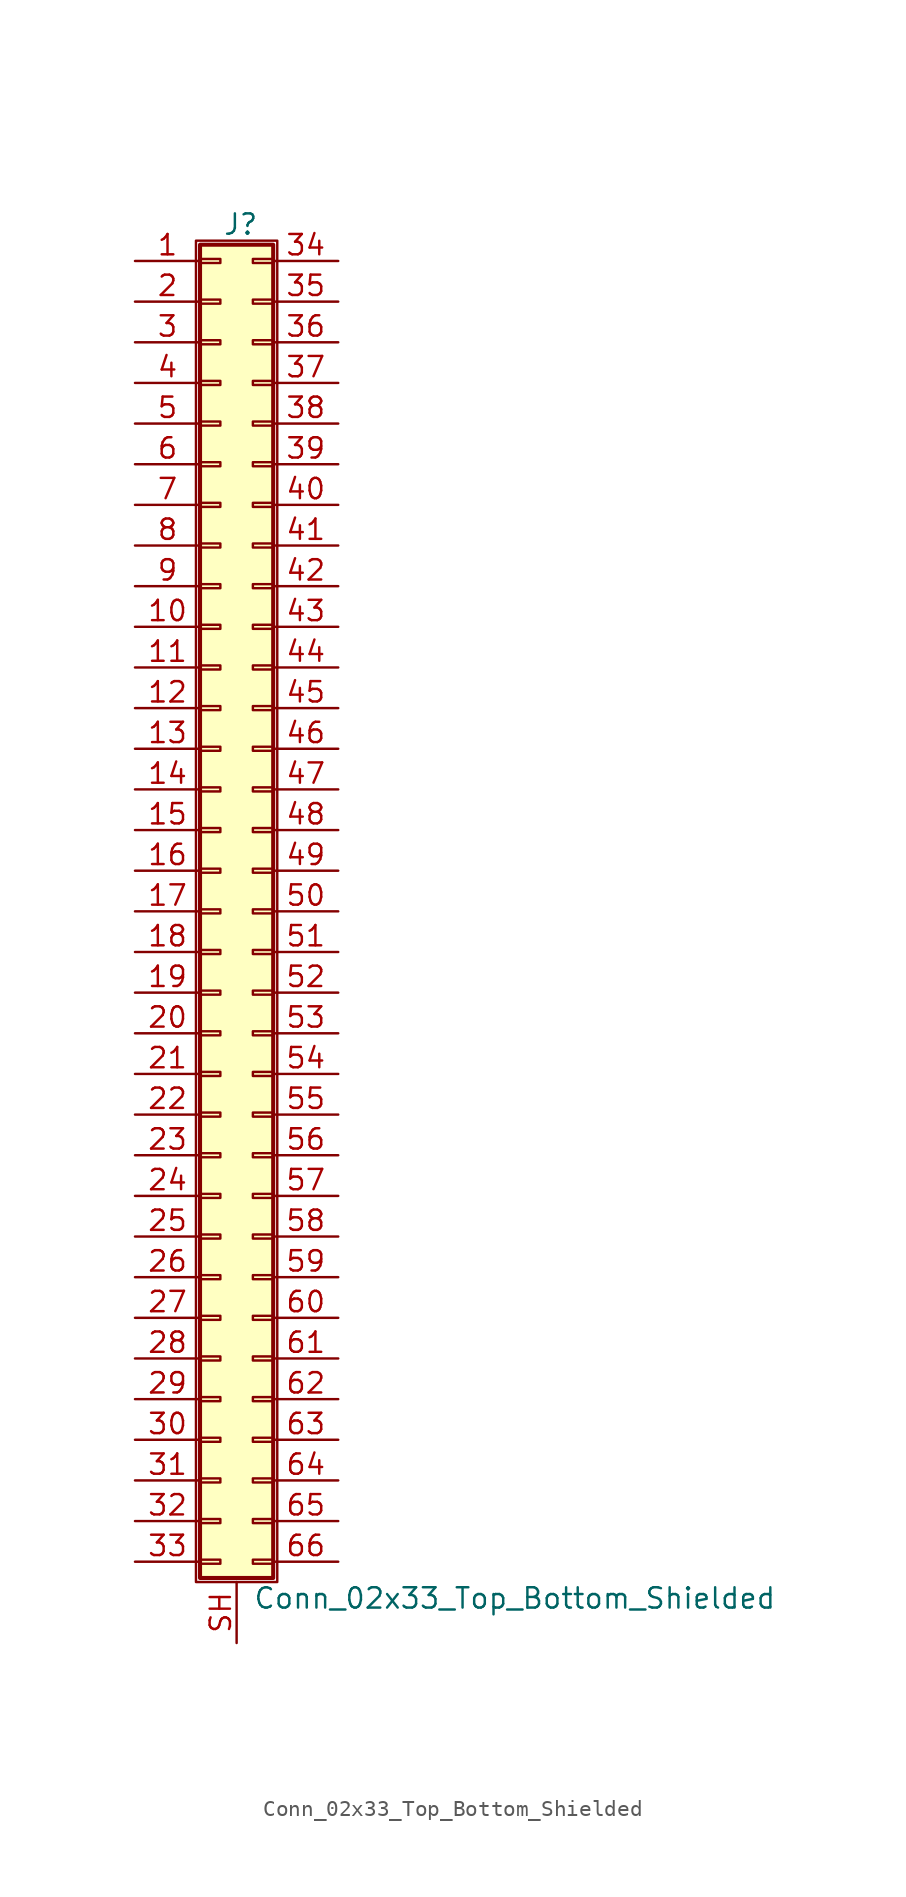
<source format=kicad_sym>
(kicad_symbol_lib
  (version 20201005)
  (generator kicad_symbol_editor)
  (symbol "Connector_Generic_Shielded:Conn_02x33_Top_Bottom_Shielded"
    (pin_names
      (offset 1.016) hide)
    (property "Reference" "J"
      (at 1.524 42.926 0)
      (effects (font (size 1.27 1.27))))
    (property "Value" "Conn_02x33_Top_Bottom_Shielded"
      (at 2.286 -42.926 0)
      (effects (font (size 1.27 1.27)) (justify left)))
    (symbol "Conn_02x33_Top_Bottom_Shielded_1_1"
      (rectangle (start -1.016 -27.813) (end 0.254 -28.067) (stroke (width 0.152)) (fill (type none)))
      (rectangle (start -1.016 -30.353) (end 0.254 -30.607) (stroke (width 0.152)) (fill (type none)))
      (rectangle (start -1.016 -32.893) (end 0.254 -33.147) (stroke (width 0.152)) (fill (type none)))
      (rectangle (start -1.016 -35.433) (end 0.254 -35.687) (stroke (width 0.152)) (fill (type none)))
      (rectangle (start -1.016 -37.973) (end 0.254 -38.227) (stroke (width 0.152)) (fill (type none)))
      (rectangle (start -1.016 -40.513) (end 0.254 -40.767) (stroke (width 0.152)) (fill (type none)))
      (rectangle (start -1.016 -4.953) (end 0.254 -5.207) (stroke (width 0.152)) (fill (type none)))
      (rectangle (start -1.016 -7.493) (end 0.254 -7.747) (stroke (width 0.152)) (fill (type none)))
      (rectangle (start -1.016 -10.033) (end 0.254 -10.287) (stroke (width 0.152)) (fill (type none)))
      (rectangle (start -1.016 -12.573) (end 0.254 -12.827) (stroke (width 0.152)) (fill (type none)))
      (rectangle (start -1.016 -15.113) (end 0.254 -15.367) (stroke (width 0.152)) (fill (type none)))
      (rectangle (start -1.016 -17.653) (end 0.254 -17.907) (stroke (width 0.152)) (fill (type none)))
      (rectangle (start -1.016 -20.193) (end 0.254 -20.447) (stroke (width 0.152)) (fill (type none)))
      (rectangle (start -1.016 -22.733) (end 0.254 -22.987) (stroke (width 0.152)) (fill (type none)))
      (rectangle (start -1.016 -2.413) (end 0.254 -2.667) (stroke (width 0.152)) (fill (type none)))
      (rectangle (start -1.016 -25.273) (end 0.254 -25.527) (stroke (width 0.152)) (fill (type none)))
      (rectangle (start -1.016 25.527) (end 0.254 25.273) (stroke (width 0.152)) (fill (type none)))
      (rectangle (start -1.016 2.667) (end 0.254 2.413) (stroke (width 0.152)) (fill (type none)))
      (rectangle (start -1.016 28.067) (end 0.254 27.813) (stroke (width 0.152)) (fill (type none)))
      (rectangle (start -1.016 30.607) (end 0.254 30.353) (stroke (width 0.152)) (fill (type none)))
      (rectangle (start -1.016 33.147) (end 0.254 32.893) (stroke (width 0.152)) (fill (type none)))
      (rectangle (start -1.016 35.687) (end 0.254 35.433) (stroke (width 0.152)) (fill (type none)))
      (rectangle (start -1.016 38.227) (end 0.254 37.973) (stroke (width 0.152)) (fill (type none)))
      (rectangle (start -1.016 40.767) (end 0.254 40.513) (stroke (width 0.152)) (fill (type none)))
      (rectangle (start -1.016 41.656) (end 3.556 -41.656) (stroke (width 0.254)) (fill (type background)))
      (rectangle (start -1.016 5.207) (end 0.254 4.953) (stroke (width 0.152)) (fill (type none)))
      (rectangle (start -1.016 7.747) (end 0.254 7.493) (stroke (width 0.152)) (fill (type none)))
      (rectangle (start -1.016 10.287) (end 0.254 10.033) (stroke (width 0.152)) (fill (type none)))
      (rectangle (start -1.016 0.127) (end 0.254 -0.127) (stroke (width 0.152)) (fill (type none)))
      (rectangle (start -1.016 12.827) (end 0.254 12.573) (stroke (width 0.152)) (fill (type none)))
      (rectangle (start -1.016 15.367) (end 0.254 15.113) (stroke (width 0.152)) (fill (type none)))
      (rectangle (start -1.016 17.907) (end 0.254 17.653) (stroke (width 0.152)) (fill (type none)))
      (rectangle (start -1.016 20.447) (end 0.254 20.193) (stroke (width 0.152)) (fill (type none)))
      (rectangle (start -1.016 22.987) (end 0.254 22.733) (stroke (width 0.152)) (fill (type none)))
      (rectangle (start -1.27 41.91) (end 3.81 -41.91) (stroke (width 0.152)) (fill (type none)))
      (rectangle (start 3.556 -27.813) (end 2.286 -28.067) (stroke (width 0.152)) (fill (type none)))
      (rectangle (start 3.556 -30.353) (end 2.286 -30.607) (stroke (width 0.152)) (fill (type none)))
      (rectangle (start 3.556 -32.893) (end 2.286 -33.147) (stroke (width 0.152)) (fill (type none)))
      (rectangle (start 3.556 -35.433) (end 2.286 -35.687) (stroke (width 0.152)) (fill (type none)))
      (rectangle (start 3.556 -37.973) (end 2.286 -38.227) (stroke (width 0.152)) (fill (type none)))
      (rectangle (start 3.556 -40.513) (end 2.286 -40.767) (stroke (width 0.152)) (fill (type none)))
      (rectangle (start 3.556 -4.953) (end 2.286 -5.207) (stroke (width 0.152)) (fill (type none)))
      (rectangle (start 3.556 -7.493) (end 2.286 -7.747) (stroke (width 0.152)) (fill (type none)))
      (rectangle (start 3.556 -10.033) (end 2.286 -10.287) (stroke (width 0.152)) (fill (type none)))
      (rectangle (start 3.556 -12.573) (end 2.286 -12.827) (stroke (width 0.152)) (fill (type none)))
      (rectangle (start 3.556 -15.113) (end 2.286 -15.367) (stroke (width 0.152)) (fill (type none)))
      (rectangle (start 3.556 -17.653) (end 2.286 -17.907) (stroke (width 0.152)) (fill (type none)))
      (rectangle (start 3.556 -20.193) (end 2.286 -20.447) (stroke (width 0.152)) (fill (type none)))
      (rectangle (start 3.556 -22.733) (end 2.286 -22.987) (stroke (width 0.152)) (fill (type none)))
      (rectangle (start 3.556 -2.413) (end 2.286 -2.667) (stroke (width 0.152)) (fill (type none)))
      (rectangle (start 3.556 -25.273) (end 2.286 -25.527) (stroke (width 0.152)) (fill (type none)))
      (rectangle (start 3.556 25.527) (end 2.286 25.273) (stroke (width 0.152)) (fill (type none)))
      (rectangle (start 3.556 2.667) (end 2.286 2.413) (stroke (width 0.152)) (fill (type none)))
      (rectangle (start 3.556 28.067) (end 2.286 27.813) (stroke (width 0.152)) (fill (type none)))
      (rectangle (start 3.556 30.607) (end 2.286 30.353) (stroke (width 0.152)) (fill (type none)))
      (rectangle (start 3.556 33.147) (end 2.286 32.893) (stroke (width 0.152)) (fill (type none)))
      (rectangle (start 3.556 35.687) (end 2.286 35.433) (stroke (width 0.152)) (fill (type none)))
      (rectangle (start 3.556 38.227) (end 2.286 37.973) (stroke (width 0.152)) (fill (type none)))
      (rectangle (start 3.556 40.767) (end 2.286 40.513) (stroke (width 0.152)) (fill (type none)))
      (rectangle (start 3.556 5.207) (end 2.286 4.953) (stroke (width 0.152)) (fill (type none)))
      (rectangle (start 3.556 7.747) (end 2.286 7.493) (stroke (width 0.152)) (fill (type none)))
      (rectangle (start 3.556 10.287) (end 2.286 10.033) (stroke (width 0.152)) (fill (type none)))
      (rectangle (start 3.556 0.127) (end 2.286 -0.127) (stroke (width 0.152)) (fill (type none)))
      (rectangle (start 3.556 12.827) (end 2.286 12.573) (stroke (width 0.152)) (fill (type none)))
      (rectangle (start 3.556 15.367) (end 2.286 15.113) (stroke (width 0.152)) (fill (type none)))
      (rectangle (start 3.556 17.907) (end 2.286 17.653) (stroke (width 0.152)) (fill (type none)))
      (rectangle (start 3.556 20.447) (end 2.286 20.193) (stroke (width 0.152)) (fill (type none)))
      (rectangle (start 3.556 22.987) (end 2.286 22.733) (stroke (width 0.152)) (fill (type none)))
      (pin passive line (at -5.08 40.64 0) (length 4.064) (name "Pin_1" (effects (font (size 1.27 1.27)))) (number "1" (effects (font (size 1.27 1.27)))))
      (pin passive line (at -5.08 17.78 0) (length 4.064) (name "Pin_10" (effects (font (size 1.27 1.27)))) (number "10" (effects (font (size 1.27 1.27)))))
      (pin passive line (at -5.08 15.24 0) (length 4.064) (name "Pin_11" (effects (font (size 1.27 1.27)))) (number "11" (effects (font (size 1.27 1.27)))))
      (pin passive line (at -5.08 12.7 0) (length 4.064) (name "Pin_12" (effects (font (size 1.27 1.27)))) (number "12" (effects (font (size 1.27 1.27)))))
      (pin passive line (at -5.08 10.16 0) (length 4.064) (name "Pin_13" (effects (font (size 1.27 1.27)))) (number "13" (effects (font (size 1.27 1.27)))))
      (pin passive line (at -5.08 7.62 0) (length 4.064) (name "Pin_14" (effects (font (size 1.27 1.27)))) (number "14" (effects (font (size 1.27 1.27)))))
      (pin passive line (at -5.08 5.08 0) (length 4.064) (name "Pin_15" (effects (font (size 1.27 1.27)))) (number "15" (effects (font (size 1.27 1.27)))))
      (pin passive line (at -5.08 2.54 0) (length 4.064) (name "Pin_16" (effects (font (size 1.27 1.27)))) (number "16" (effects (font (size 1.27 1.27)))))
      (pin passive line (at -5.08 0 0) (length 4.064) (name "Pin_17" (effects (font (size 1.27 1.27)))) (number "17" (effects (font (size 1.27 1.27)))))
      (pin passive line (at -5.08 -2.54 0) (length 4.064) (name "Pin_18" (effects (font (size 1.27 1.27)))) (number "18" (effects (font (size 1.27 1.27)))))
      (pin passive line (at -5.08 -5.08 0) (length 4.064) (name "Pin_19" (effects (font (size 1.27 1.27)))) (number "19" (effects (font (size 1.27 1.27)))))
      (pin passive line (at -5.08 38.1 0) (length 4.064) (name "Pin_2" (effects (font (size 1.27 1.27)))) (number "2" (effects (font (size 1.27 1.27)))))
      (pin passive line (at -5.08 -7.62 0) (length 4.064) (name "Pin_20" (effects (font (size 1.27 1.27)))) (number "20" (effects (font (size 1.27 1.27)))))
      (pin passive line (at -5.08 -10.16 0) (length 4.064) (name "Pin_21" (effects (font (size 1.27 1.27)))) (number "21" (effects (font (size 1.27 1.27)))))
      (pin passive line (at -5.08 -12.7 0) (length 4.064) (name "Pin_22" (effects (font (size 1.27 1.27)))) (number "22" (effects (font (size 1.27 1.27)))))
      (pin passive line (at -5.08 -15.24 0) (length 4.064) (name "Pin_23" (effects (font (size 1.27 1.27)))) (number "23" (effects (font (size 1.27 1.27)))))
      (pin passive line (at -5.08 -17.78 0) (length 4.064) (name "Pin_24" (effects (font (size 1.27 1.27)))) (number "24" (effects (font (size 1.27 1.27)))))
      (pin passive line (at -5.08 -20.32 0) (length 4.064) (name "Pin_25" (effects (font (size 1.27 1.27)))) (number "25" (effects (font (size 1.27 1.27)))))
      (pin passive line (at -5.08 -22.86 0) (length 4.064) (name "Pin_26" (effects (font (size 1.27 1.27)))) (number "26" (effects (font (size 1.27 1.27)))))
      (pin passive line (at -5.08 -25.4 0) (length 4.064) (name "Pin_27" (effects (font (size 1.27 1.27)))) (number "27" (effects (font (size 1.27 1.27)))))
      (pin passive line (at -5.08 -27.94 0) (length 4.064) (name "Pin_28" (effects (font (size 1.27 1.27)))) (number "28" (effects (font (size 1.27 1.27)))))
      (pin passive line (at -5.08 -30.48 0) (length 4.064) (name "Pin_29" (effects (font (size 1.27 1.27)))) (number "29" (effects (font (size 1.27 1.27)))))
      (pin passive line (at -5.08 35.56 0) (length 4.064) (name "Pin_3" (effects (font (size 1.27 1.27)))) (number "3" (effects (font (size 1.27 1.27)))))
      (pin passive line (at -5.08 -33.02 0) (length 4.064) (name "Pin_30" (effects (font (size 1.27 1.27)))) (number "30" (effects (font (size 1.27 1.27)))))
      (pin passive line (at -5.08 -35.56 0) (length 4.064) (name "Pin_31" (effects (font (size 1.27 1.27)))) (number "31" (effects (font (size 1.27 1.27)))))
      (pin passive line (at -5.08 -38.1 0) (length 4.064) (name "Pin_32" (effects (font (size 1.27 1.27)))) (number "32" (effects (font (size 1.27 1.27)))))
      (pin passive line (at -5.08 -40.64 0) (length 4.064) (name "Pin_33" (effects (font (size 1.27 1.27)))) (number "33" (effects (font (size 1.27 1.27)))))
      (pin passive line (at 7.62 40.64 180) (length 4.064) (name "Pin_34" (effects (font (size 1.27 1.27)))) (number "34" (effects (font (size 1.27 1.27)))))
      (pin passive line (at 7.62 38.1 180) (length 4.064) (name "Pin_35" (effects (font (size 1.27 1.27)))) (number "35" (effects (font (size 1.27 1.27)))))
      (pin passive line (at 7.62 35.56 180) (length 4.064) (name "Pin_36" (effects (font (size 1.27 1.27)))) (number "36" (effects (font (size 1.27 1.27)))))
      (pin passive line (at 7.62 33.02 180) (length 4.064) (name "Pin_37" (effects (font (size 1.27 1.27)))) (number "37" (effects (font (size 1.27 1.27)))))
      (pin passive line (at 7.62 30.48 180) (length 4.064) (name "Pin_38" (effects (font (size 1.27 1.27)))) (number "38" (effects (font (size 1.27 1.27)))))
      (pin passive line (at 7.62 27.94 180) (length 4.064) (name "Pin_39" (effects (font (size 1.27 1.27)))) (number "39" (effects (font (size 1.27 1.27)))))
      (pin passive line (at -5.08 33.02 0) (length 4.064) (name "Pin_4" (effects (font (size 1.27 1.27)))) (number "4" (effects (font (size 1.27 1.27)))))
      (pin passive line (at 7.62 25.4 180) (length 4.064) (name "Pin_40" (effects (font (size 1.27 1.27)))) (number "40" (effects (font (size 1.27 1.27)))))
      (pin passive line (at 7.62 22.86 180) (length 4.064) (name "Pin_41" (effects (font (size 1.27 1.27)))) (number "41" (effects (font (size 1.27 1.27)))))
      (pin passive line (at 7.62 20.32 180) (length 4.064) (name "Pin_42" (effects (font (size 1.27 1.27)))) (number "42" (effects (font (size 1.27 1.27)))))
      (pin passive line (at 7.62 17.78 180) (length 4.064) (name "Pin_43" (effects (font (size 1.27 1.27)))) (number "43" (effects (font (size 1.27 1.27)))))
      (pin passive line (at 7.62 15.24 180) (length 4.064) (name "Pin_44" (effects (font (size 1.27 1.27)))) (number "44" (effects (font (size 1.27 1.27)))))
      (pin passive line (at 7.62 12.7 180) (length 4.064) (name "Pin_45" (effects (font (size 1.27 1.27)))) (number "45" (effects (font (size 1.27 1.27)))))
      (pin passive line (at 7.62 10.16 180) (length 4.064) (name "Pin_46" (effects (font (size 1.27 1.27)))) (number "46" (effects (font (size 1.27 1.27)))))
      (pin passive line (at 7.62 7.62 180) (length 4.064) (name "Pin_47" (effects (font (size 1.27 1.27)))) (number "47" (effects (font (size 1.27 1.27)))))
      (pin passive line (at 7.62 5.08 180) (length 4.064) (name "Pin_48" (effects (font (size 1.27 1.27)))) (number "48" (effects (font (size 1.27 1.27)))))
      (pin passive line (at 7.62 2.54 180) (length 4.064) (name "Pin_49" (effects (font (size 1.27 1.27)))) (number "49" (effects (font (size 1.27 1.27)))))
      (pin passive line (at -5.08 30.48 0) (length 4.064) (name "Pin_5" (effects (font (size 1.27 1.27)))) (number "5" (effects (font (size 1.27 1.27)))))
      (pin passive line (at 7.62 0 180) (length 4.064) (name "Pin_50" (effects (font (size 1.27 1.27)))) (number "50" (effects (font (size 1.27 1.27)))))
      (pin passive line (at 7.62 -2.54 180) (length 4.064) (name "Pin_51" (effects (font (size 1.27 1.27)))) (number "51" (effects (font (size 1.27 1.27)))))
      (pin passive line (at 7.62 -5.08 180) (length 4.064) (name "Pin_52" (effects (font (size 1.27 1.27)))) (number "52" (effects (font (size 1.27 1.27)))))
      (pin passive line (at 7.62 -7.62 180) (length 4.064) (name "Pin_53" (effects (font (size 1.27 1.27)))) (number "53" (effects (font (size 1.27 1.27)))))
      (pin passive line (at 7.62 -10.16 180) (length 4.064) (name "Pin_54" (effects (font (size 1.27 1.27)))) (number "54" (effects (font (size 1.27 1.27)))))
      (pin passive line (at 7.62 -12.7 180) (length 4.064) (name "Pin_55" (effects (font (size 1.27 1.27)))) (number "55" (effects (font (size 1.27 1.27)))))
      (pin passive line (at 7.62 -15.24 180) (length 4.064) (name "Pin_56" (effects (font (size 1.27 1.27)))) (number "56" (effects (font (size 1.27 1.27)))))
      (pin passive line (at 7.62 -17.78 180) (length 4.064) (name "Pin_57" (effects (font (size 1.27 1.27)))) (number "57" (effects (font (size 1.27 1.27)))))
      (pin passive line (at 7.62 -20.32 180) (length 4.064) (name "Pin_58" (effects (font (size 1.27 1.27)))) (number "58" (effects (font (size 1.27 1.27)))))
      (pin passive line (at 7.62 -22.86 180) (length 4.064) (name "Pin_59" (effects (font (size 1.27 1.27)))) (number "59" (effects (font (size 1.27 1.27)))))
      (pin passive line (at -5.08 27.94 0) (length 4.064) (name "Pin_6" (effects (font (size 1.27 1.27)))) (number "6" (effects (font (size 1.27 1.27)))))
      (pin passive line (at 7.62 -25.4 180) (length 4.064) (name "Pin_60" (effects (font (size 1.27 1.27)))) (number "60" (effects (font (size 1.27 1.27)))))
      (pin passive line (at 7.62 -27.94 180) (length 4.064) (name "Pin_61" (effects (font (size 1.27 1.27)))) (number "61" (effects (font (size 1.27 1.27)))))
      (pin passive line (at 7.62 -30.48 180) (length 4.064) (name "Pin_62" (effects (font (size 1.27 1.27)))) (number "62" (effects (font (size 1.27 1.27)))))
      (pin passive line (at 7.62 -33.02 180) (length 4.064) (name "Pin_63" (effects (font (size 1.27 1.27)))) (number "63" (effects (font (size 1.27 1.27)))))
      (pin passive line (at 7.62 -35.56 180) (length 4.064) (name "Pin_64" (effects (font (size 1.27 1.27)))) (number "64" (effects (font (size 1.27 1.27)))))
      (pin passive line (at 7.62 -38.1 180) (length 4.064) (name "Pin_65" (effects (font (size 1.27 1.27)))) (number "65" (effects (font (size 1.27 1.27)))))
      (pin passive line (at 7.62 -40.64 180) (length 4.064) (name "Pin_66" (effects (font (size 1.27 1.27)))) (number "66" (effects (font (size 1.27 1.27)))))
      (pin passive line (at -5.08 25.4 0) (length 4.064) (name "Pin_7" (effects (font (size 1.27 1.27)))) (number "7" (effects (font (size 1.27 1.27)))))
      (pin passive line (at -5.08 22.86 0) (length 4.064) (name "Pin_8" (effects (font (size 1.27 1.27)))) (number "8" (effects (font (size 1.27 1.27)))))
      (pin passive line (at -5.08 20.32 0) (length 4.064) (name "Pin_9" (effects (font (size 1.27 1.27)))) (number "9" (effects (font (size 1.27 1.27)))))
      (pin passive line (at 1.27 -45.72 90) (length 3.81) (name "Shield" (effects (font (size 1.27 1.27)))) (number "SH" (effects (font (size 1.27 1.27))))))))
</source>
